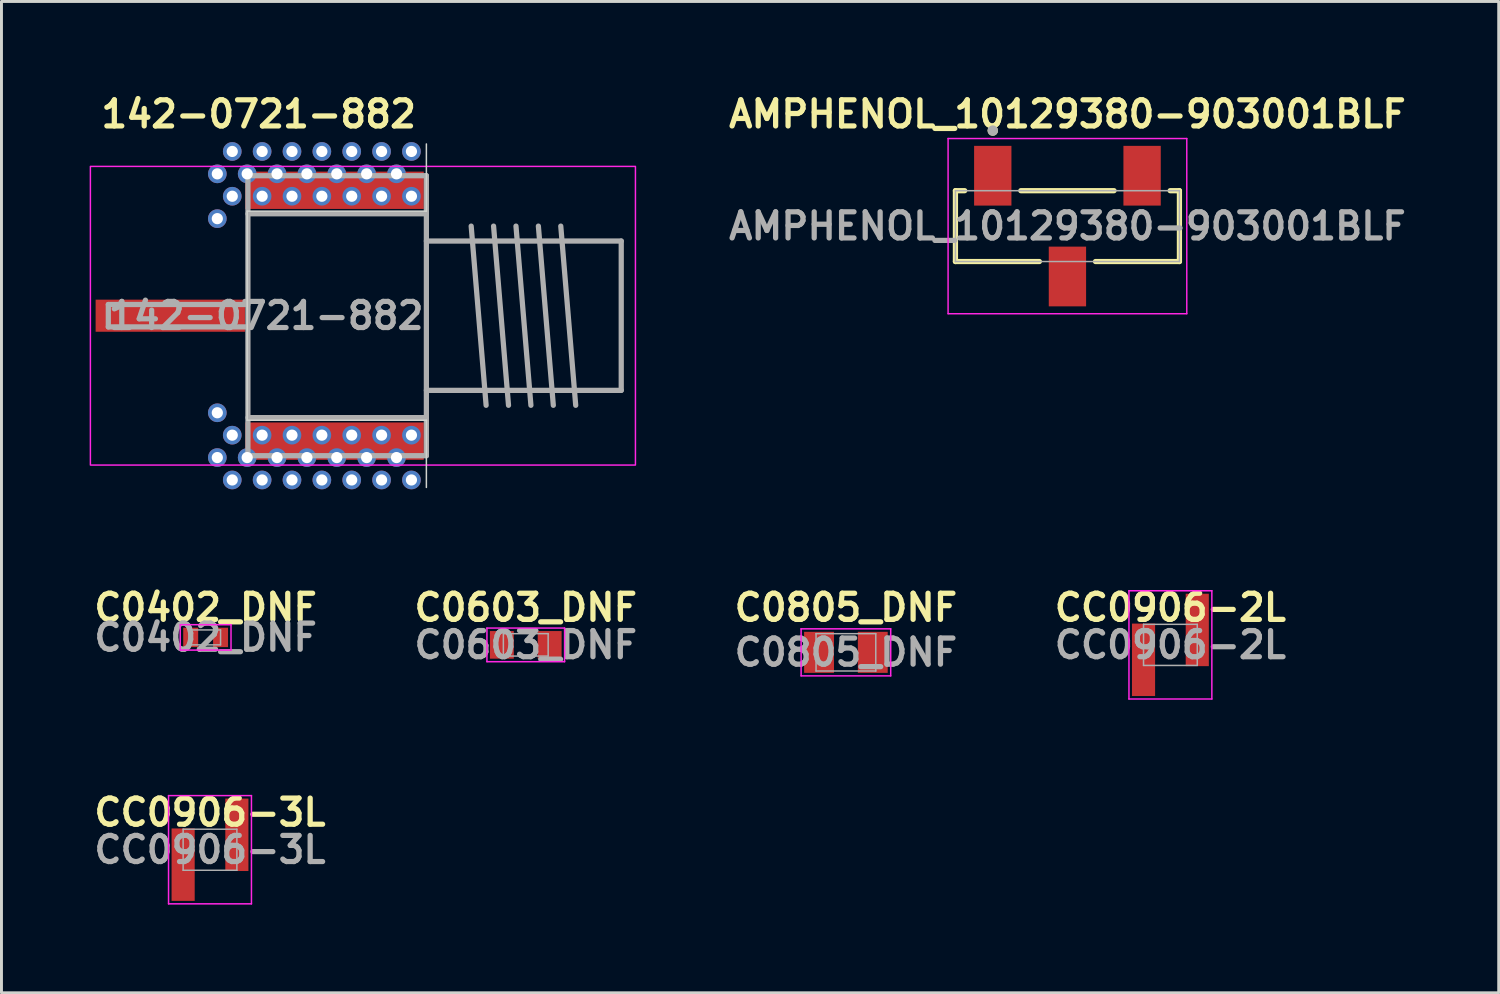
<source format=kicad_pcb>
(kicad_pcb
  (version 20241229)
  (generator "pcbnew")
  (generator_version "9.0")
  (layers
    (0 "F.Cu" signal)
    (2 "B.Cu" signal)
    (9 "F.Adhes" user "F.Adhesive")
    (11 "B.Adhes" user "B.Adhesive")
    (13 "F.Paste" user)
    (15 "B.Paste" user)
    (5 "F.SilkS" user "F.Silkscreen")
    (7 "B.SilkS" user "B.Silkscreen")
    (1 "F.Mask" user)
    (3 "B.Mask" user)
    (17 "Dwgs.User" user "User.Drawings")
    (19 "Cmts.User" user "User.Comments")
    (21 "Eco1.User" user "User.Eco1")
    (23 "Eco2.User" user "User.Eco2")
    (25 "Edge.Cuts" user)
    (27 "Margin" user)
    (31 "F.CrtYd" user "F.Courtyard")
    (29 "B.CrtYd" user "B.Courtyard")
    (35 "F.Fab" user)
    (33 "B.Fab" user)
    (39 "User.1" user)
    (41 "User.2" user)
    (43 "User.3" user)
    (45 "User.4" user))
  (footprint "AMPHENOL_10129380-903001BLF"
    (layer "F.Cu")
    (at 33.263 4.642)
    (property "Reference" "AMPHENOL_10129380-903001BLF" (at 0 -3.81 0) (layer "F.SilkS") (effects (font (size 0.889 0.889) (thickness 0.178))))
    (attr smd)
    (fp_line (start -3.81 -1.205) (end -3.81 1.205) (stroke (width 0.178) (type solid)) (layer "F.SilkS"))
    (fp_line (start -3.81 1.205) (end -0.955 1.205) (stroke (width 0.178) (type solid)) (layer "F.SilkS"))
    (fp_line (start -3.495 -1.205) (end -3.81 -1.205) (stroke (width 0.178) (type solid)) (layer "F.SilkS"))
    (fp_line (start -1.585 -1.205) (end 1.585 -1.205) (stroke (width 0.178) (type solid)) (layer "F.SilkS"))
    (fp_line (start 3.495 -1.205) (end 3.81 -1.205) (stroke (width 0.178) (type solid)) (layer "F.SilkS"))
    (fp_line (start 3.81 -1.205) (end 3.81 1.205) (stroke (width 0.178) (type solid)) (layer "F.SilkS"))
    (fp_line (start 3.81 1.205) (end 0.955 1.205) (stroke (width 0.178) (type solid)) (layer "F.SilkS"))
    (fp_circle (center -2.54 -3.25) (end -2.451 -3.25) (stroke (width 0.178) (type solid)) (fill no) (layer "F.SilkS"))
    (fp_line (start -4.06 -2.98) (end -4.06 2.98) (stroke (width 0.05) (type solid)) (layer "F.CrtYd"))
    (fp_line (start -4.06 2.98) (end 4.06 2.98) (stroke (width 0.05) (type solid)) (layer "F.CrtYd"))
    (fp_line (start 4.06 -2.98) (end -4.06 -2.98) (stroke (width 0.05) (type solid)) (layer "F.CrtYd"))
    (fp_line (start 4.06 2.98) (end 4.06 -2.98) (stroke (width 0.05) (type solid)) (layer "F.CrtYd"))
    (fp_line (start -3.81 -1.205) (end -3.81 1.205) (stroke (width 0.051) (type solid)) (layer "F.Fab"))
    (fp_line (start -3.81 1.205) (end 3.81 1.205) (stroke (width 0.051) (type solid)) (layer "F.Fab"))
    (fp_line (start 3.81 -1.205) (end -3.81 -1.205) (stroke (width 0.051) (type solid)) (layer "F.Fab"))
    (fp_line (start 3.81 1.205) (end 3.81 -1.205) (stroke (width 0.051) (type solid)) (layer "F.Fab"))
    (fp_circle (center -2.54 -3.25) (end -2.451 -3.25) (stroke (width 0.178) (type solid)) (fill no) (layer "F.Fab"))
    (fp_text user "${REFERENCE}" (at 0 0 0) (layer "F.Fab") (effects (font (size 0.889 0.889) (thickness 0.178) (bold yes))))
    (pad "1" smd rect (at -2.54 -1.714) (size 1.27 2.032) (layers "F.Cu" "F.Mask" "F.Paste"))
    (pad "2" smd rect (at 0 1.714) (size 1.27 2.032) (layers "F.Cu" "F.Mask" "F.Paste"))
    (pad "3" smd rect (at 2.54 -1.714) (size 1.27 2.032) (layers "F.Cu" "F.Mask" "F.Paste")))
  (footprint "C0805_DNF"
    (layer "F.Cu")
    (at 25.727 19.142)
    (property "Reference" "C0805_DNF" (at 0 -1.524 0) (layer "F.SilkS") (effects (font (size 0.889 0.889) (thickness 0.178) (bold yes))))
    (attr smd)
    (fp_line (start -1.524 -0.8) (end -1.524 0.8) (stroke (width 0.051) (type default)) (layer "F.CrtYd"))
    (fp_line (start 1.524 -0.8) (end -1.524 -0.8) (stroke (width 0.051) (type default)) (layer "F.CrtYd"))
    (fp_line (start 1.524 -0.8) (end 1.524 0.8) (stroke (width 0.051) (type default)) (layer "F.CrtYd"))
    (fp_line (start 1.524 0.8) (end -1.524 0.8) (stroke (width 0.051) (type default)) (layer "F.CrtYd"))
    (fp_line (start -1.016 -0.635) (end 1.016 -0.635) (stroke (width 0.051) (type solid)) (layer "F.Fab"))
    (fp_line (start -1.016 0.635) (end -1.016 -0.635) (stroke (width 0.051) (type solid)) (layer "F.Fab"))
    (fp_line (start 1.016 -0.635) (end 1.016 0.635) (stroke (width 0.051) (type solid)) (layer "F.Fab"))
    (fp_line (start 1.016 0.635) (end -1.016 0.635) (stroke (width 0.051) (type solid)) (layer "F.Fab"))
    (fp_text user "${REFERENCE}" (at 0 0 0) (layer "F.Fab") (effects (font (size 0.889 0.889) (thickness 0.178) (bold yes))))
    (pad "1" smd rect (at -0.914 0) (size 1.016 1.397) (layers "F.Cu" "F.Mask"))
    (pad "2" smd rect (at 0.914 0) (size 1.016 1.397) (layers "F.Cu" "F.Mask")))
  (footprint "142-0721-882"
    (layer "F.Cu")
    (at 11.455 7.69)
    (property "Reference" "142-0721-882" (at -0.254 -6.858 0) (layer "F.SilkS") (effects (font (size 0.889 0.889) (thickness 0.178)) (justify right)))
    (attr smd)
    (fp_rect (start -11.151 -2.54) (end -7.595 2.54) (stroke (width 0) (type solid)) (fill yes) (layer "F.Mask"))
    (fp_rect (start -7.62 -6.096) (end 0 6.096) (stroke (width 0) (type solid)) (fill yes) (layer "F.Mask"))
    (fp_line (start -6.096 -3.556) (end -6.096 3.556) (stroke (width 0.051) (type default)) (layer "Edge.Cuts"))
    (fp_line (start -6.096 3.556) (end 0 3.556) (stroke (width 0.051) (type default)) (layer "Edge.Cuts"))
    (fp_line (start 0 -5.842) (end 0 -3.556) (stroke (width 0.051) (type default)) (layer "Edge.Cuts"))
    (fp_line (start 0 -3.556) (end -6.096 -3.556) (stroke (width 0.051) (type default)) (layer "Edge.Cuts"))
    (fp_line (start 0 3.556) (end 0 5.842) (stroke (width 0.051) (type default)) (layer "Edge.Cuts"))
    (fp_rect (start -11.43 -5.08) (end 7.112 5.08) (stroke (width 0.05) (type default)) (fill no) (layer "F.CrtYd"))
    (fp_line (start -10.82 -0.381) (end -6.071 -0.381) (stroke (width 0.178) (type default)) (layer "F.Fab"))
    (fp_line (start -10.82 0.381) (end -10.82 -0.381) (stroke (width 0.178) (type default)) (layer "F.Fab"))
    (fp_line (start -10.82 0.381) (end -6.071 0.381) (stroke (width 0.178) (type default)) (layer "F.Fab"))
    (fp_line (start -6.071 -4.763) (end 0 -4.763) (stroke (width 0.178) (type default)) (layer "F.Fab"))
    (fp_line (start -6.071 -3.467) (end 0 -3.467) (stroke (width 0.178) (type default)) (layer "F.Fab"))
    (fp_line (start -6.071 4.763) (end -6.071 -4.763) (stroke (width 0.178) (type default)) (layer "F.Fab"))
    (fp_line (start -6.071 4.763) (end 0 4.763) (stroke (width 0.178) (type default)) (layer "F.Fab"))
    (fp_line (start 0 -2.54) (end 6.629 -2.54) (stroke (width 0.178) (type default)) (layer "F.Fab"))
    (fp_line (start 0 2.54) (end 6.629 2.54) (stroke (width 0.178) (type default)) (layer "F.Fab"))
    (fp_line (start 0 3.467) (end -6.071 3.467) (stroke (width 0.178) (type default)) (layer "F.Fab"))
    (fp_line (start 0 4.763) (end 0 -4.763) (stroke (width 0.178) (type default)) (layer "F.Fab"))
    (fp_line (start 1.524 -3.048) (end 2.032 3.048) (stroke (width 0.178) (type default)) (layer "F.Fab"))
    (fp_line (start 2.286 -3.048) (end 2.794 3.048) (stroke (width 0.178) (type default)) (layer "F.Fab"))
    (fp_line (start 3.048 -3.048) (end 3.556 3.048) (stroke (width 0.178) (type default)) (layer "F.Fab"))
    (fp_line (start 3.81 -3.048) (end 4.318 3.048) (stroke (width 0.178) (type default)) (layer "F.Fab"))
    (fp_line (start 4.572 -3.048) (end 5.08 3.048) (stroke (width 0.178) (type default)) (layer "F.Fab"))
    (fp_line (start 6.629 2.54) (end 6.629 -2.54) (stroke (width 0.178) (type default)) (layer "F.Fab"))
    (fp_text user "${REFERENCE}" (at 0 0 0) (layer "F.Fab") (effects (font (size 0.889 0.889) (thickness 0.178) (bold yes)) (justify right)))
    (pad "0" thru_hole circle (at -7.112 -4.826) (size 0.635 0.635) (drill 0.381) (layers "*.Cu" "*.Mask"))
    (pad "0" thru_hole circle (at -7.112 -3.302) (size 0.635 0.635) (drill 0.381) (layers "*.Cu" "*.Mask"))
    (pad "0" thru_hole circle (at -7.112 3.302) (size 0.635 0.635) (drill 0.381) (layers "*.Cu" "*.Mask"))
    (pad "0" thru_hole circle (at -7.112 4.826) (size 0.635 0.635) (drill 0.381) (layers "*.Cu" "*.Mask"))
    (pad "0" thru_hole circle (at -6.604 -5.588) (size 0.635 0.635) (drill 0.381) (layers "*.Cu" "*.Mask"))
    (pad "0" thru_hole circle (at -6.604 -4.064) (size 0.635 0.635) (drill 0.381) (layers "*.Cu" "*.Mask"))
    (pad "0" thru_hole circle (at -6.604 4.064) (size 0.635 0.635) (drill 0.381) (layers "*.Cu" "*.Mask"))
    (pad "0" thru_hole circle (at -6.604 5.588) (size 0.635 0.635) (drill 0.381) (layers "*.Cu" "*.Mask"))
    (pad "0" thru_hole circle (at -6.096 -4.826) (size 0.635 0.635) (drill 0.381) (layers "*.Cu" "*.Mask"))
    (pad "0" thru_hole circle (at -6.096 4.826) (size 0.635 0.635) (drill 0.381) (layers "*.Cu" "*.Mask"))
    (pad "0" thru_hole circle (at -5.588 -5.588) (size 0.635 0.635) (drill 0.381) (layers "*.Cu" "*.Mask"))
    (pad "0" thru_hole circle (at -5.588 -4.064) (size 0.635 0.635) (drill 0.381) (layers "*.Cu" "*.Mask"))
    (pad "0" thru_hole circle (at -5.588 4.064) (size 0.635 0.635) (drill 0.381) (layers "*.Cu" "*.Mask"))
    (pad "0" thru_hole circle (at -5.588 5.588) (size 0.635 0.635) (drill 0.381) (layers "*.Cu" "*.Mask"))
    (pad "0" thru_hole circle (at -5.08 -4.826) (size 0.635 0.635) (drill 0.381) (layers "*.Cu" "*.Mask"))
    (pad "0" thru_hole circle (at -5.08 4.826) (size 0.635 0.635) (drill 0.381) (layers "*.Cu" "*.Mask"))
    (pad "0" thru_hole circle (at -4.572 -5.588) (size 0.635 0.635) (drill 0.381) (layers "*.Cu" "*.Mask"))
    (pad "0" thru_hole circle (at -4.572 -4.064) (size 0.635 0.635) (drill 0.381) (layers "*.Cu" "*.Mask"))
    (pad "0" thru_hole circle (at -4.572 4.064) (size 0.635 0.635) (drill 0.381) (layers "*.Cu" "*.Mask"))
    (pad "0" thru_hole circle (at -4.572 5.588) (size 0.635 0.635) (drill 0.381) (layers "*.Cu" "*.Mask"))
    (pad "0" thru_hole circle (at -4.064 -4.826) (size 0.635 0.635) (drill 0.381) (layers "*.Cu" "*.Mask"))
    (pad "0" thru_hole circle (at -4.064 4.826) (size 0.635 0.635) (drill 0.381) (layers "*.Cu" "*.Mask"))
    (pad "0" thru_hole circle (at -3.556 -5.588) (size 0.635 0.635) (drill 0.381) (layers "*.Cu" "*.Mask"))
    (pad "0" thru_hole circle (at -3.556 -4.064) (size 0.635 0.635) (drill 0.381) (layers "*.Cu" "*.Mask"))
    (pad "0" thru_hole circle (at -3.556 4.064) (size 0.635 0.635) (drill 0.381) (layers "*.Cu" "*.Mask"))
    (pad "0" thru_hole circle (at -3.556 5.588) (size 0.635 0.635) (drill 0.381) (layers "*.Cu" "*.Mask"))
    (pad "0" smd rect (at -3.124 -4.267) (size 6.071 1.27) (layers "F.Cu" "F.Mask" "F.Paste"))
    (pad "0" smd rect (at -3.124 4.267) (size 6.071 1.27) (layers "F.Cu" "F.Mask" "F.Paste"))
    (pad "0" thru_hole circle (at -3.048 -4.826) (size 0.635 0.635) (drill 0.381) (layers "*.Cu" "*.Mask"))
    (pad "0" thru_hole circle (at -3.048 4.826) (size 0.635 0.635) (drill 0.381) (layers "*.Cu" "*.Mask"))
    (pad "0" thru_hole circle (at -2.54 -5.588) (size 0.635 0.635) (drill 0.381) (layers "*.Cu" "*.Mask"))
    (pad "0" thru_hole circle (at -2.54 -4.064) (size 0.635 0.635) (drill 0.381) (layers "*.Cu" "*.Mask"))
    (pad "0" thru_hole circle (at -2.54 4.064) (size 0.635 0.635) (drill 0.381) (layers "*.Cu" "*.Mask"))
    (pad "0" thru_hole circle (at -2.54 5.588) (size 0.635 0.635) (drill 0.381) (layers "*.Cu" "*.Mask"))
    (pad "0" thru_hole circle (at -2.032 -4.826) (size 0.635 0.635) (drill 0.381) (layers "*.Cu" "*.Mask"))
    (pad "0" thru_hole circle (at -2.032 4.826) (size 0.635 0.635) (drill 0.381) (layers "*.Cu" "*.Mask"))
    (pad "0" thru_hole circle (at -1.524 -5.588) (size 0.635 0.635) (drill 0.381) (layers "*.Cu" "*.Mask"))
    (pad "0" thru_hole circle (at -1.524 -4.064) (size 0.635 0.635) (drill 0.381) (layers "*.Cu" "*.Mask"))
    (pad "0" thru_hole circle (at -1.524 4.064) (size 0.635 0.635) (drill 0.381) (layers "*.Cu" "*.Mask"))
    (pad "0" thru_hole circle (at -1.524 5.588) (size 0.635 0.635) (drill 0.381) (layers "*.Cu" "*.Mask"))
    (pad "0" thru_hole circle (at -1.016 -4.826) (size 0.635 0.635) (drill 0.381) (layers "*.Cu" "*.Mask"))
    (pad "0" thru_hole circle (at -1.016 4.826) (size 0.635 0.635) (drill 0.381) (layers "*.Cu" "*.Mask"))
    (pad "0" thru_hole circle (at -0.508 -5.588) (size 0.635 0.635) (drill 0.381) (layers "*.Cu" "*.Mask"))
    (pad "0" thru_hole circle (at -0.508 -4.064) (size 0.635 0.635) (drill 0.381) (layers "*.Cu" "*.Mask"))
    (pad "0" thru_hole circle (at -0.508 4.064) (size 0.635 0.635) (drill 0.381) (layers "*.Cu" "*.Mask"))
    (pad "0" thru_hole circle (at -0.508 5.588) (size 0.635 0.635) (drill 0.381) (layers "*.Cu" "*.Mask"))
    (pad "1" smd rect (at -8.712 0) (size 5.08 1.092) (layers "F.Cu" "F.Mask" "F.Paste"))
    (zone (net_name "") (layer "F.Cu") (hatch edge 0.5) (connect_pads) (min_thickness 0.25) (filled_areas_thickness no) (keepout (tracks allowed) (vias allowed) (pads allowed) (copperpour not_allowed) (footprints allowed)) (placement (enabled no)) (fill) (polygon (pts (xy 0.304 5.15) (xy 0.304 10.23) (xy 5.384 10.23) (xy 5.384 5.15)))))
  (footprint "CC0906-3L"
    (layer "F.Cu")
    (at 4.094 25.857)
    (property "Reference" "CC0906-3L" (at 0 -1.27 0) (layer "F.SilkS") (effects (font (size 0.889 0.889) (thickness 0.178))))
    (attr smd)
    (fp_line (start -1.41 -1.841) (end -1.41 1.841) (stroke (width 0.051) (type default)) (layer "F.CrtYd"))
    (fp_line (start -1.41 -1.841) (end 1.41 -1.841) (stroke (width 0.051) (type solid)) (layer "F.CrtYd"))
    (fp_line (start -1.41 1.841) (end 1.41 1.841) (stroke (width 0.051) (type solid)) (layer "F.CrtYd"))
    (fp_line (start 1.41 -1.841) (end 1.41 1.841) (stroke (width 0.051) (type default)) (layer "F.CrtYd"))
    (fp_line (start -0.914 -0.699) (end -0.914 0.699) (stroke (width 0.051) (type default)) (layer "F.Fab"))
    (fp_line (start -0.914 -0.699) (end 0.914 -0.699) (stroke (width 0.051) (type solid)) (layer "F.Fab"))
    (fp_line (start 0.914 -0.699) (end 0.914 0.699) (stroke (width 0.051) (type default)) (layer "F.Fab"))
    (fp_line (start 0.914 0.699) (end -0.914 0.699) (stroke (width 0.051) (type solid)) (layer "F.Fab"))
    (fp_text user "${REFERENCE}" (at 0 0 0) (layer "F.Fab") (effects (font (size 0.889 0.889) (thickness 0.178))))
    (pad "1" smd rect (at -0.914 0.508) (size 0.787 2.464) (layers "F.Cu" "F.Mask" "F.Paste"))
    (pad "2" smd rect (at 0.914 -0.508) (size 0.787 2.464) (layers "F.Cu" "F.Mask" "F.Paste")))
  (footprint "C0402_DNF"
    (layer "F.Cu")
    (at 3.945 18.634)
    (property "Reference" "C0402_DNF" (at 0 -1.016 0) (layer "F.SilkS") (effects (font (size 0.889 0.889) (thickness 0.178) (bold yes))))
    (attr smd)
    (fp_line (start -0.864 -0.432) (end 0.864 -0.432) (stroke (width 0.051) (type solid)) (layer "F.CrtYd"))
    (fp_line (start -0.864 0.432) (end -0.864 -0.432) (stroke (width 0.051) (type solid)) (layer "F.CrtYd"))
    (fp_line (start 0.864 -0.432) (end 0.864 0.432) (stroke (width 0.05) (type solid)) (layer "F.CrtYd"))
    (fp_line (start 0.864 0.432) (end -0.864 0.432) (stroke (width 0.051) (type solid)) (layer "F.CrtYd"))
    (fp_line (start -0.508 -0.254) (end 0.508 -0.254) (stroke (width 0.051) (type solid)) (layer "F.Fab"))
    (fp_line (start -0.508 0.254) (end -0.508 -0.254) (stroke (width 0.051) (type solid)) (layer "F.Fab"))
    (fp_line (start 0.508 -0.254) (end 0.508 0.254) (stroke (width 0.051) (type solid)) (layer "F.Fab"))
    (fp_line (start 0.508 0.254) (end -0.508 0.254) (stroke (width 0.051) (type solid)) (layer "F.Fab"))
    (fp_text user "${REFERENCE}" (at 0 0 0) (layer "F.Fab") (effects (font (size 0.889 0.889) (thickness 0.178) (bold yes))))
    (pad "1" smd rect (at -0.508 0) (size 0.508 0.66) (layers "F.Cu" "F.Mask"))
    (pad "2" smd rect (at 0.508 0) (size 0.508 0.66) (layers "F.Cu" "F.Mask")))
  (footprint "C0603_DNF"
    (layer "F.Cu")
    (at 14.836 18.888)
    (property "Reference" "C0603_DNF" (at 0 -1.27 0) (layer "F.SilkS") (effects (font (size 0.889 0.889) (thickness 0.178))))
    (attr smd)
    (fp_line (start -1.321 -0.572) (end 1.321 -0.572) (stroke (width 0.051) (type solid)) (layer "F.CrtYd"))
    (fp_line (start -1.321 0.572) (end -1.321 -0.572) (stroke (width 0.051) (type solid)) (layer "F.CrtYd"))
    (fp_line (start 1.321 -0.572) (end 1.321 0.572) (stroke (width 0.051) (type solid)) (layer "F.CrtYd"))
    (fp_line (start 1.321 0.572) (end -1.321 0.572) (stroke (width 0.051) (type solid)) (layer "F.CrtYd"))
    (fp_line (start -0.762 -0.381) (end 0.762 -0.381) (stroke (width 0.051) (type solid)) (layer "F.Fab"))
    (fp_line (start -0.762 0.381) (end -0.762 -0.381) (stroke (width 0.051) (type solid)) (layer "F.Fab"))
    (fp_line (start 0.762 -0.381) (end 0.762 0.381) (stroke (width 0.051) (type solid)) (layer "F.Fab"))
    (fp_line (start 0.762 0.381) (end -0.762 0.381) (stroke (width 0.051) (type solid)) (layer "F.Fab"))
    (fp_text user "${REFERENCE}" (at 0 0 0) (layer "F.Fab") (effects (font (size 0.889 0.889) (thickness 0.178))))
    (pad "1" smd rect (at -0.813 0) (size 0.813 0.94) (layers "F.Cu" "F.Mask"))
    (pad "2" smd rect (at 0.813 0) (size 0.813 0.94) (layers "F.Cu" "F.Mask")))
  (footprint "CC0906-2L"
    (layer "F.Cu")
    (at 36.766 18.888)
    (property "Reference" "CC0906-2L" (at 0 -1.27 0) (layer "F.SilkS") (effects (font (size 0.889 0.889) (thickness 0.178))))
    (attr smd)
    (fp_line (start -1.41 -1.841) (end -1.41 1.841) (stroke (width 0.051) (type default)) (layer "F.CrtYd"))
    (fp_line (start -1.41 -1.841) (end 1.41 -1.841) (stroke (width 0.051) (type solid)) (layer "F.CrtYd"))
    (fp_line (start -1.41 1.841) (end 1.41 1.841) (stroke (width 0.051) (type solid)) (layer "F.CrtYd"))
    (fp_line (start 1.41 -1.841) (end 1.41 1.841) (stroke (width 0.051) (type default)) (layer "F.CrtYd"))
    (fp_line (start -0.914 -0.699) (end -0.914 0.699) (stroke (width 0.051) (type default)) (layer "F.Fab"))
    (fp_line (start -0.914 -0.699) (end 0.914 -0.699) (stroke (width 0.051) (type solid)) (layer "F.Fab"))
    (fp_line (start 0.914 -0.699) (end 0.914 0.699) (stroke (width 0.051) (type default)) (layer "F.Fab"))
    (fp_line (start 0.914 0.699) (end -0.914 0.699) (stroke (width 0.051) (type solid)) (layer "F.Fab"))
    (fp_text user "${REFERENCE}" (at 0 0 0) (layer "F.Fab") (effects (font (size 0.889 0.889) (thickness 0.178))))
    (pad "1" smd rect (at -0.914 0.508) (size 0.787 2.464) (layers "F.Cu" "F.Mask" "F.Paste"))
    (pad "2" smd rect (at 0.914 -0.508) (size 0.787 2.464) (layers "F.Cu" "F.Mask" "F.Paste")))
  (gr_rect
    (start -3 -3)
    (end 47.935 30.724)
    (stroke (width 0.1) (type default))
    (fill no)
    (layer "Edge.Cuts")))
</source>
